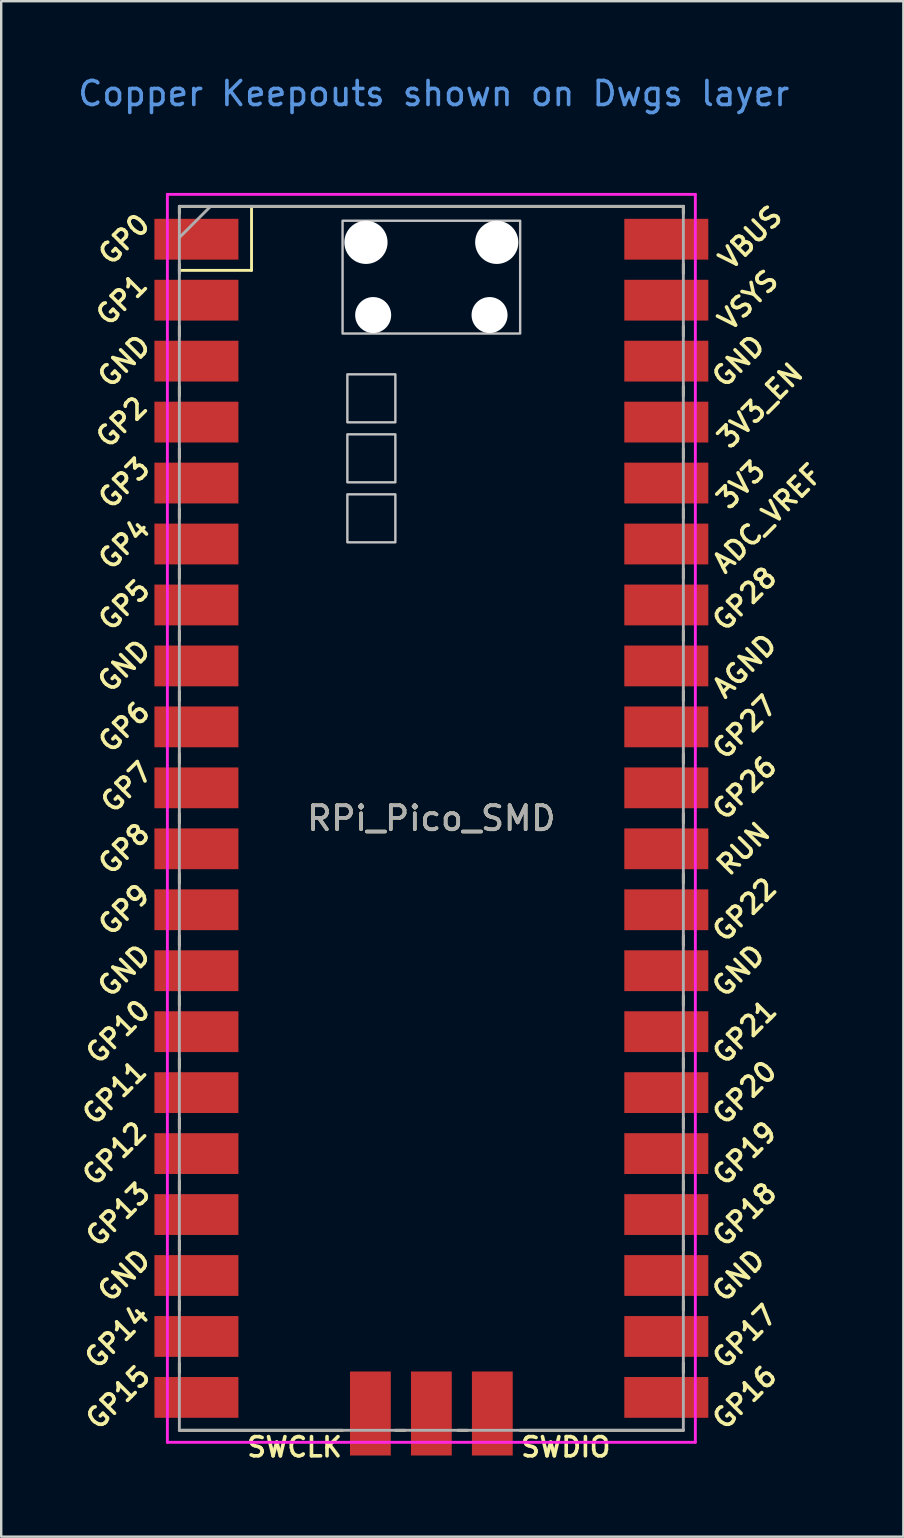
<source format=kicad_pcb>
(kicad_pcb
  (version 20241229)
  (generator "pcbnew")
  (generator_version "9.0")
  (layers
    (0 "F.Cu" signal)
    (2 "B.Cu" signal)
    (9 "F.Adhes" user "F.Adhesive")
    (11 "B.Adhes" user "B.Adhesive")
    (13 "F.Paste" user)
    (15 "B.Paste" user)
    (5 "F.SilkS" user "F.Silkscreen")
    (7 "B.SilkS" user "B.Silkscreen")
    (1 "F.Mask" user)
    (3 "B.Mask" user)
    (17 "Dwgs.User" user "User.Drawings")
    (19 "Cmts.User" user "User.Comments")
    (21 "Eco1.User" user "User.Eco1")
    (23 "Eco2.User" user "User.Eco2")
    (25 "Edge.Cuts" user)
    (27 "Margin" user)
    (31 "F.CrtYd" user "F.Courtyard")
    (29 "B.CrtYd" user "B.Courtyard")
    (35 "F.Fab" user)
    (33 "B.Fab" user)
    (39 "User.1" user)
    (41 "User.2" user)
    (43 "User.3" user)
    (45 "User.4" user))
  (footprint "RPi_Pico_SMD"
    (layer "F.Cu")
    (at 14.924 31.048)
    (property "Reference" "RPi_Pico_SMD" (at 0 0 0) (layer "F.SilkS") (effects (font (size 1 1) (thickness 0.15))))
    (attr through_hole)
    (fp_line (start -10.5 -25.5) (end -10.5 -25.2) (stroke (width 0.12) (type solid)) (layer "F.SilkS"))
    (fp_line (start -10.5 -25.5) (end 10.5 -25.5) (stroke (width 0.12) (type solid)) (layer "F.SilkS"))
    (fp_line (start -10.5 -23.1) (end -10.5 -22.7) (stroke (width 0.12) (type solid)) (layer "F.SilkS"))
    (fp_line (start -10.5 -22.833) (end -7.493 -22.833) (stroke (width 0.12) (type solid)) (layer "F.SilkS"))
    (fp_line (start -10.5 -20.5) (end -10.5 -20.1) (stroke (width 0.12) (type solid)) (layer "F.SilkS"))
    (fp_line (start -10.5 -18) (end -10.5 -17.6) (stroke (width 0.12) (type solid)) (layer "F.SilkS"))
    (fp_line (start -10.5 -15.4) (end -10.5 -15) (stroke (width 0.12) (type solid)) (layer "F.SilkS"))
    (fp_line (start -10.5 -12.9) (end -10.5 -12.5) (stroke (width 0.12) (type solid)) (layer "F.SilkS"))
    (fp_line (start -10.5 -10.4) (end -10.5 -10) (stroke (width 0.12) (type solid)) (layer "F.SilkS"))
    (fp_line (start -10.5 -7.8) (end -10.5 -7.4) (stroke (width 0.12) (type solid)) (layer "F.SilkS"))
    (fp_line (start -10.5 -5.3) (end -10.5 -4.9) (stroke (width 0.12) (type solid)) (layer "F.SilkS"))
    (fp_line (start -10.5 -2.7) (end -10.5 -2.3) (stroke (width 0.12) (type solid)) (layer "F.SilkS"))
    (fp_line (start -10.5 -0.2) (end -10.5 0.2) (stroke (width 0.12) (type solid)) (layer "F.SilkS"))
    (fp_line (start -10.5 2.3) (end -10.5 2.7) (stroke (width 0.12) (type solid)) (layer "F.SilkS"))
    (fp_line (start -10.5 4.9) (end -10.5 5.3) (stroke (width 0.12) (type solid)) (layer "F.SilkS"))
    (fp_line (start -10.5 7.4) (end -10.5 7.8) (stroke (width 0.12) (type solid)) (layer "F.SilkS"))
    (fp_line (start -10.5 10) (end -10.5 10.4) (stroke (width 0.12) (type solid)) (layer "F.SilkS"))
    (fp_line (start -10.5 12.5) (end -10.5 12.9) (stroke (width 0.12) (type solid)) (layer "F.SilkS"))
    (fp_line (start -10.5 15.1) (end -10.5 15.5) (stroke (width 0.12) (type solid)) (layer "F.SilkS"))
    (fp_line (start -10.5 17.6) (end -10.5 18) (stroke (width 0.12) (type solid)) (layer "F.SilkS"))
    (fp_line (start -10.5 20.1) (end -10.5 20.5) (stroke (width 0.12) (type solid)) (layer "F.SilkS"))
    (fp_line (start -10.5 22.7) (end -10.5 23.1) (stroke (width 0.12) (type solid)) (layer "F.SilkS"))
    (fp_line (start -7.493 -22.833) (end -7.493 -25.5) (stroke (width 0.12) (type solid)) (layer "F.SilkS"))
    (fp_line (start -3.7 25.5) (end -10.5 25.5) (stroke (width 0.12) (type solid)) (layer "F.SilkS"))
    (fp_line (start -1.5 25.5) (end -1.1 25.5) (stroke (width 0.12) (type solid)) (layer "F.SilkS"))
    (fp_line (start 1.1 25.5) (end 1.5 25.5) (stroke (width 0.12) (type solid)) (layer "F.SilkS"))
    (fp_line (start 10.5 -25.5) (end 10.5 -25.2) (stroke (width 0.12) (type solid)) (layer "F.SilkS"))
    (fp_line (start 10.5 -23.1) (end 10.5 -22.7) (stroke (width 0.12) (type solid)) (layer "F.SilkS"))
    (fp_line (start 10.5 -20.5) (end 10.5 -20.1) (stroke (width 0.12) (type solid)) (layer "F.SilkS"))
    (fp_line (start 10.5 -18) (end 10.5 -17.6) (stroke (width 0.12) (type solid)) (layer "F.SilkS"))
    (fp_line (start 10.5 -15.4) (end 10.5 -15) (stroke (width 0.12) (type solid)) (layer "F.SilkS"))
    (fp_line (start 10.5 -12.9) (end 10.5 -12.5) (stroke (width 0.12) (type solid)) (layer "F.SilkS"))
    (fp_line (start 10.5 -10.4) (end 10.5 -10) (stroke (width 0.12) (type solid)) (layer "F.SilkS"))
    (fp_line (start 10.5 -7.8) (end 10.5 -7.4) (stroke (width 0.12) (type solid)) (layer "F.SilkS"))
    (fp_line (start 10.5 -5.3) (end 10.5 -4.9) (stroke (width 0.12) (type solid)) (layer "F.SilkS"))
    (fp_line (start 10.5 -2.7) (end 10.5 -2.3) (stroke (width 0.12) (type solid)) (layer "F.SilkS"))
    (fp_line (start 10.5 -0.2) (end 10.5 0.2) (stroke (width 0.12) (type solid)) (layer "F.SilkS"))
    (fp_line (start 10.5 2.3) (end 10.5 2.7) (stroke (width 0.12) (type solid)) (layer "F.SilkS"))
    (fp_line (start 10.5 4.9) (end 10.5 5.3) (stroke (width 0.12) (type solid)) (layer "F.SilkS"))
    (fp_line (start 10.5 7.4) (end 10.5 7.8) (stroke (width 0.12) (type solid)) (layer "F.SilkS"))
    (fp_line (start 10.5 10) (end 10.5 10.4) (stroke (width 0.12) (type solid)) (layer "F.SilkS"))
    (fp_line (start 10.5 12.5) (end 10.5 12.9) (stroke (width 0.12) (type solid)) (layer "F.SilkS"))
    (fp_line (start 10.5 15.1) (end 10.5 15.5) (stroke (width 0.12) (type solid)) (layer "F.SilkS"))
    (fp_line (start 10.5 17.6) (end 10.5 18) (stroke (width 0.12) (type solid)) (layer "F.SilkS"))
    (fp_line (start 10.5 20.1) (end 10.5 20.5) (stroke (width 0.12) (type solid)) (layer "F.SilkS"))
    (fp_line (start 10.5 22.7) (end 10.5 23.1) (stroke (width 0.12) (type solid)) (layer "F.SilkS"))
    (fp_line (start 10.5 25.5) (end 3.7 25.5) (stroke (width 0.12) (type solid)) (layer "F.SilkS"))
    (fp_poly (pts (xy -1.5 -16.5) (xy -3.5 -16.5) (xy -3.5 -18.5) (xy -1.5 -18.5)) (stroke (width 0.1) (type solid)) (fill no) (layer "Dwgs.User"))
    (fp_poly (pts (xy -1.5 -14) (xy -3.5 -14) (xy -3.5 -16) (xy -1.5 -16)) (stroke (width 0.1) (type solid)) (fill no) (layer "Dwgs.User"))
    (fp_poly (pts (xy -1.5 -11.5) (xy -3.5 -11.5) (xy -3.5 -13.5) (xy -1.5 -13.5)) (stroke (width 0.1) (type solid)) (fill no) (layer "Dwgs.User"))
    (fp_poly (pts (xy 3.7 -20.2) (xy -3.7 -20.2) (xy -3.7 -24.9) (xy 3.7 -24.9)) (stroke (width 0.1) (type solid)) (fill no) (layer "Dwgs.User"))
    (fp_line (start -11 -26) (end 11 -26) (stroke (width 0.12) (type solid)) (layer "F.CrtYd"))
    (fp_line (start -11 26) (end -11 -26) (stroke (width 0.12) (type solid)) (layer "F.CrtYd"))
    (fp_line (start 11 -26) (end 11 26) (stroke (width 0.12) (type solid)) (layer "F.CrtYd"))
    (fp_line (start 11 26) (end -11 26) (stroke (width 0.12) (type solid)) (layer "F.CrtYd"))
    (fp_line (start -10.5 -25.5) (end 10.5 -25.5) (stroke (width 0.12) (type solid)) (layer "F.Fab"))
    (fp_line (start -10.5 -24.2) (end -9.2 -25.5) (stroke (width 0.12) (type solid)) (layer "F.Fab"))
    (fp_line (start -10.5 25.5) (end -10.5 -25.5) (stroke (width 0.12) (type solid)) (layer "F.Fab"))
    (fp_line (start 10.5 -25.5) (end 10.5 25.5) (stroke (width 0.12) (type solid)) (layer "F.Fab"))
    (fp_line (start 10.5 25.5) (end -10.5 25.5) (stroke (width 0.12) (type solid)) (layer "F.Fab"))
    (fp_text user "AGND" (at 13.054 -6.35 45) (layer "F.SilkS") (effects (font (size 0.8 0.8) (thickness 0.15))))
    (fp_text user "ADC_VREF" (at 14 -12.5 45) (layer "F.SilkS") (effects (font (size 0.8 0.8) (thickness 0.15))))
    (fp_text user "GP13" (at -13.054 16.51 45) (layer "F.SilkS") (effects (font (size 0.8 0.8) (thickness 0.15))))
    (fp_text user "SWCLK" (at -5.7 26.2 0) (layer "F.SilkS") (effects (font (size 0.8 0.8) (thickness 0.15))))
    (fp_text user "SWDIO" (at 5.6 26.2 0) (layer "F.SilkS") (effects (font (size 0.8 0.8) (thickness 0.15))))
    (fp_text user "GP14" (at -13.1 21.59 45) (layer "F.SilkS") (effects (font (size 0.8 0.8) (thickness 0.15))))
    (fp_text user "GP4" (at -12.8 -11.43 45) (layer "F.SilkS") (effects (font (size 0.8 0.8) (thickness 0.15))))
    (fp_text user "GP16" (at 13.054 24.13 45) (layer "F.SilkS") (effects (font (size 0.8 0.8) (thickness 0.15))))
    (fp_text user "GP27" (at 13.054 -3.8 45) (layer "F.SilkS") (effects (font (size 0.8 0.8) (thickness 0.15))))
    (fp_text user "GP1" (at -12.9 -21.6 45) (layer "F.SilkS") (effects (font (size 0.8 0.8) (thickness 0.15))))
    (fp_text user "GP7" (at -12.7 -1.3 45) (layer "F.SilkS") (effects (font (size 0.8 0.8) (thickness 0.15))))
    (fp_text user "GP19" (at 13.054 13.97 45) (layer "F.SilkS") (effects (font (size 0.8 0.8) (thickness 0.15))))
    (fp_text user "GP28" (at 13.054 -9.144 45) (layer "F.SilkS") (effects (font (size 0.8 0.8) (thickness 0.15))))
    (fp_text user "GP12" (at -13.2 13.97 45) (layer "F.SilkS") (effects (font (size 0.8 0.8) (thickness 0.15))))
    (fp_text user "GP8" (at -12.8 1.27 45) (layer "F.SilkS") (effects (font (size 0.8 0.8) (thickness 0.15))))
    (fp_text user "GP5" (at -12.8 -8.89 45) (layer "F.SilkS") (effects (font (size 0.8 0.8) (thickness 0.15))))
    (fp_text user "GP26" (at 13.054 -1.27 45) (layer "F.SilkS") (effects (font (size 0.8 0.8) (thickness 0.15))))
    (fp_text user "GP15" (at -13.054 24.13 45) (layer "F.SilkS") (effects (font (size 0.8 0.8) (thickness 0.15))))
    (fp_text user "GP9" (at -12.8 3.81 45) (layer "F.SilkS") (effects (font (size 0.8 0.8) (thickness 0.15))))
    (fp_text user "VBUS" (at 13.3 -24.2 45) (layer "F.SilkS") (effects (font (size 0.8 0.8) (thickness 0.15))))
    (fp_text user "GP6" (at -12.8 -3.81 45) (layer "F.SilkS") (effects (font (size 0.8 0.8) (thickness 0.15))))
    (fp_text user "GND" (at -12.8 19.05 45) (layer "F.SilkS") (effects (font (size 0.8 0.8) (thickness 0.15))))
    (fp_text user "GP2" (at -12.9 -16.51 45) (layer "F.SilkS") (effects (font (size 0.8 0.8) (thickness 0.15))))
    (fp_text user "GND" (at -12.8 -19.05 45) (layer "F.SilkS") (effects (font (size 0.8 0.8) (thickness 0.15))))
    (fp_text user "GND" (at -12.8 -6.35 45) (layer "F.SilkS") (effects (font (size 0.8 0.8) (thickness 0.15))))
    (fp_text user "GP3" (at -12.8 -13.97 45) (layer "F.SilkS") (effects (font (size 0.8 0.8) (thickness 0.15))))
    (fp_text user "3V3" (at 12.9 -13.9 45) (layer "F.SilkS") (effects (font (size 0.8 0.8) (thickness 0.15))))
    (fp_text user "GP17" (at 13.054 21.59 45) (layer "F.SilkS") (effects (font (size 0.8 0.8) (thickness 0.15))))
    (fp_text user "GND" (at 12.8 19.05 45) (layer "F.SilkS") (effects (font (size 0.8 0.8) (thickness 0.15))))
    (fp_text user "GP22" (at 13.054 3.81 45) (layer "F.SilkS") (effects (font (size 0.8 0.8) (thickness 0.15))))
    (fp_text user "RUN" (at 13 1.27 45) (layer "F.SilkS") (effects (font (size 0.8 0.8) (thickness 0.15))))
    (fp_text user "GP0" (at -12.8 -24.13 45) (layer "F.SilkS") (effects (font (size 0.8 0.8) (thickness 0.15))))
    (fp_text user "GP11" (at -13.2 11.43 45) (layer "F.SilkS") (effects (font (size 0.8 0.8) (thickness 0.15))))
    (fp_text user "GP21" (at 13.054 8.9 45) (layer "F.SilkS") (effects (font (size 0.8 0.8) (thickness 0.15))))
    (fp_text user "GND" (at 12.8 6.35 45) (layer "F.SilkS") (effects (font (size 0.8 0.8) (thickness 0.15))))
    (fp_text user "GP18" (at 13.054 16.51 45) (layer "F.SilkS") (effects (font (size 0.8 0.8) (thickness 0.15))))
    (fp_text user "GP10" (at -13.054 8.89 45) (layer "F.SilkS") (effects (font (size 0.8 0.8) (thickness 0.15))))
    (fp_text user "GND" (at -12.8 6.35 45) (layer "F.SilkS") (effects (font (size 0.8 0.8) (thickness 0.15))))
    (fp_text user "VSYS" (at 13.2 -21.59 45) (layer "F.SilkS") (effects (font (size 0.8 0.8) (thickness 0.15))))
    (fp_text user "GND" (at 12.8 -19.05 45) (layer "F.SilkS") (effects (font (size 0.8 0.8) (thickness 0.15))))
    (fp_text user "3V3_EN" (at 13.7 -17.2 45) (layer "F.SilkS") (effects (font (size 0.8 0.8) (thickness 0.15))))
    (fp_text user "GP20" (at 13.054 11.43 45) (layer "F.SilkS") (effects (font (size 0.8 0.8) (thickness 0.15))))
    (fp_text user "Copper Keepouts shown on Dwgs layer" (at 0.1 -30.2 0) (layer "Cmts.User") (effects (font (size 1 1) (thickness 0.15))))
    (fp_text user "${REFERENCE}" (at 0 0 180) (layer "F.Fab") (effects (font (size 1 1) (thickness 0.15))))
    (pad "" np_thru_hole oval (at -2.725 -24) (size 1.8 1.8) (drill 1.8) (layers "*.Cu" "*.Mask"))
    (pad "" np_thru_hole oval (at -2.425 -20.97) (size 1.5 1.5) (drill 1.5) (layers "*.Cu" "*.Mask"))
    (pad "" np_thru_hole oval (at 2.425 -20.97) (size 1.5 1.5) (drill 1.5) (layers "*.Cu" "*.Mask"))
    (pad "" np_thru_hole oval (at 2.725 -24) (size 1.8 1.8) (drill 1.8) (layers "*.Cu" "*.Mask"))
    (pad "1" smd rect (at -8.89 -24.13) (size 3.5 1.7) (drill (offset -0.9 0)) (layers "F.Cu" "F.Mask"))
    (pad "2" smd rect (at -8.89 -21.59) (size 3.5 1.7) (drill (offset -0.9 0)) (layers "F.Cu" "F.Mask"))
    (pad "3" smd rect (at -8.89 -19.05) (size 3.5 1.7) (drill (offset -0.9 0)) (layers "F.Cu" "F.Mask"))
    (pad "4" smd rect (at -8.89 -16.51) (size 3.5 1.7) (drill (offset -0.9 0)) (layers "F.Cu" "F.Mask"))
    (pad "5" smd rect (at -8.89 -13.97) (size 3.5 1.7) (drill (offset -0.9 0)) (layers "F.Cu" "F.Mask"))
    (pad "6" smd rect (at -8.89 -11.43) (size 3.5 1.7) (drill (offset -0.9 0)) (layers "F.Cu" "F.Mask"))
    (pad "7" smd rect (at -8.89 -8.89) (size 3.5 1.7) (drill (offset -0.9 0)) (layers "F.Cu" "F.Mask"))
    (pad "8" smd rect (at -8.89 -6.35) (size 3.5 1.7) (drill (offset -0.9 0)) (layers "F.Cu" "F.Mask"))
    (pad "9" smd rect (at -8.89 -3.81) (size 3.5 1.7) (drill (offset -0.9 0)) (layers "F.Cu" "F.Mask"))
    (pad "10" smd rect (at -8.89 -1.27) (size 3.5 1.7) (drill (offset -0.9 0)) (layers "F.Cu" "F.Mask"))
    (pad "11" smd rect (at -8.89 1.27) (size 3.5 1.7) (drill (offset -0.9 0)) (layers "F.Cu" "F.Mask"))
    (pad "12" smd rect (at -8.89 3.81) (size 3.5 1.7) (drill (offset -0.9 0)) (layers "F.Cu" "F.Mask"))
    (pad "13" smd rect (at -8.89 6.35) (size 3.5 1.7) (drill (offset -0.9 0)) (layers "F.Cu" "F.Mask"))
    (pad "14" smd rect (at -8.89 8.89) (size 3.5 1.7) (drill (offset -0.9 0)) (layers "F.Cu" "F.Mask"))
    (pad "15" smd rect (at -8.89 11.43) (size 3.5 1.7) (drill (offset -0.9 0)) (layers "F.Cu" "F.Mask"))
    (pad "16" smd rect (at -8.89 13.97) (size 3.5 1.7) (drill (offset -0.9 0)) (layers "F.Cu" "F.Mask"))
    (pad "17" smd rect (at -8.89 16.51) (size 3.5 1.7) (drill (offset -0.9 0)) (layers "F.Cu" "F.Mask"))
    (pad "18" smd rect (at -8.89 19.05) (size 3.5 1.7) (drill (offset -0.9 0)) (layers "F.Cu" "F.Mask"))
    (pad "19" smd rect (at -8.89 21.59) (size 3.5 1.7) (drill (offset -0.9 0)) (layers "F.Cu" "F.Mask"))
    (pad "20" smd rect (at -8.89 24.13) (size 3.5 1.7) (drill (offset -0.9 0)) (layers "F.Cu" "F.Mask"))
    (pad "21" smd rect (at 8.89 24.13) (size 3.5 1.7) (drill (offset 0.9 0)) (layers "F.Cu" "F.Mask"))
    (pad "22" smd rect (at 8.89 21.59) (size 3.5 1.7) (drill (offset 0.9 0)) (layers "F.Cu" "F.Mask"))
    (pad "23" smd rect (at 8.89 19.05) (size 3.5 1.7) (drill (offset 0.9 0)) (layers "F.Cu" "F.Mask"))
    (pad "24" smd rect (at 8.89 16.51) (size 3.5 1.7) (drill (offset 0.9 0)) (layers "F.Cu" "F.Mask"))
    (pad "25" smd rect (at 8.89 13.97) (size 3.5 1.7) (drill (offset 0.9 0)) (layers "F.Cu" "F.Mask"))
    (pad "26" smd rect (at 8.89 11.43) (size 3.5 1.7) (drill (offset 0.9 0)) (layers "F.Cu" "F.Mask"))
    (pad "27" smd rect (at 8.89 8.89) (size 3.5 1.7) (drill (offset 0.9 0)) (layers "F.Cu" "F.Mask"))
    (pad "28" smd rect (at 8.89 6.35) (size 3.5 1.7) (drill (offset 0.9 0)) (layers "F.Cu" "F.Mask"))
    (pad "29" smd rect (at 8.89 3.81) (size 3.5 1.7) (drill (offset 0.9 0)) (layers "F.Cu" "F.Mask"))
    (pad "30" smd rect (at 8.89 1.27) (size 3.5 1.7) (drill (offset 0.9 0)) (layers "F.Cu" "F.Mask"))
    (pad "31" smd rect (at 8.89 -1.27) (size 3.5 1.7) (drill (offset 0.9 0)) (layers "F.Cu" "F.Mask"))
    (pad "32" smd rect (at 8.89 -3.81) (size 3.5 1.7) (drill (offset 0.9 0)) (layers "F.Cu" "F.Mask"))
    (pad "33" smd rect (at 8.89 -6.35) (size 3.5 1.7) (drill (offset 0.9 0)) (layers "F.Cu" "F.Mask"))
    (pad "34" smd rect (at 8.89 -8.89) (size 3.5 1.7) (drill (offset 0.9 0)) (layers "F.Cu" "F.Mask"))
    (pad "35" smd rect (at 8.89 -11.43) (size 3.5 1.7) (drill (offset 0.9 0)) (layers "F.Cu" "F.Mask"))
    (pad "36" smd rect (at 8.89 -13.97) (size 3.5 1.7) (drill (offset 0.9 0)) (layers "F.Cu" "F.Mask"))
    (pad "37" smd rect (at 8.89 -16.51) (size 3.5 1.7) (drill (offset 0.9 0)) (layers "F.Cu" "F.Mask"))
    (pad "38" smd rect (at 8.89 -19.05) (size 3.5 1.7) (drill (offset 0.9 0)) (layers "F.Cu" "F.Mask"))
    (pad "39" smd rect (at 8.89 -21.59) (size 3.5 1.7) (drill (offset 0.9 0)) (layers "F.Cu" "F.Mask"))
    (pad "40" smd rect (at 8.89 -24.13) (size 3.5 1.7) (drill (offset 0.9 0)) (layers "F.Cu" "F.Mask"))
    (pad "41" smd rect (at -2.54 23.9 90) (size 3.5 1.7) (drill (offset -0.9 0)) (layers "F.Cu" "F.Mask"))
    (pad "42" smd rect (at 0 23.9 90) (size 3.5 1.7) (drill (offset -0.9 0)) (layers "F.Cu" "F.Mask"))
    (pad "43" smd rect (at 2.54 23.9 90) (size 3.5 1.7) (drill (offset -0.9 0)) (layers "F.Cu" "F.Mask")))
  (gr_rect
    (start -3 -3)
    (end 34.591 60.98)
    (stroke (width 0.1) (type default))
    (fill no)
    (layer "Edge.Cuts")))
</source>
